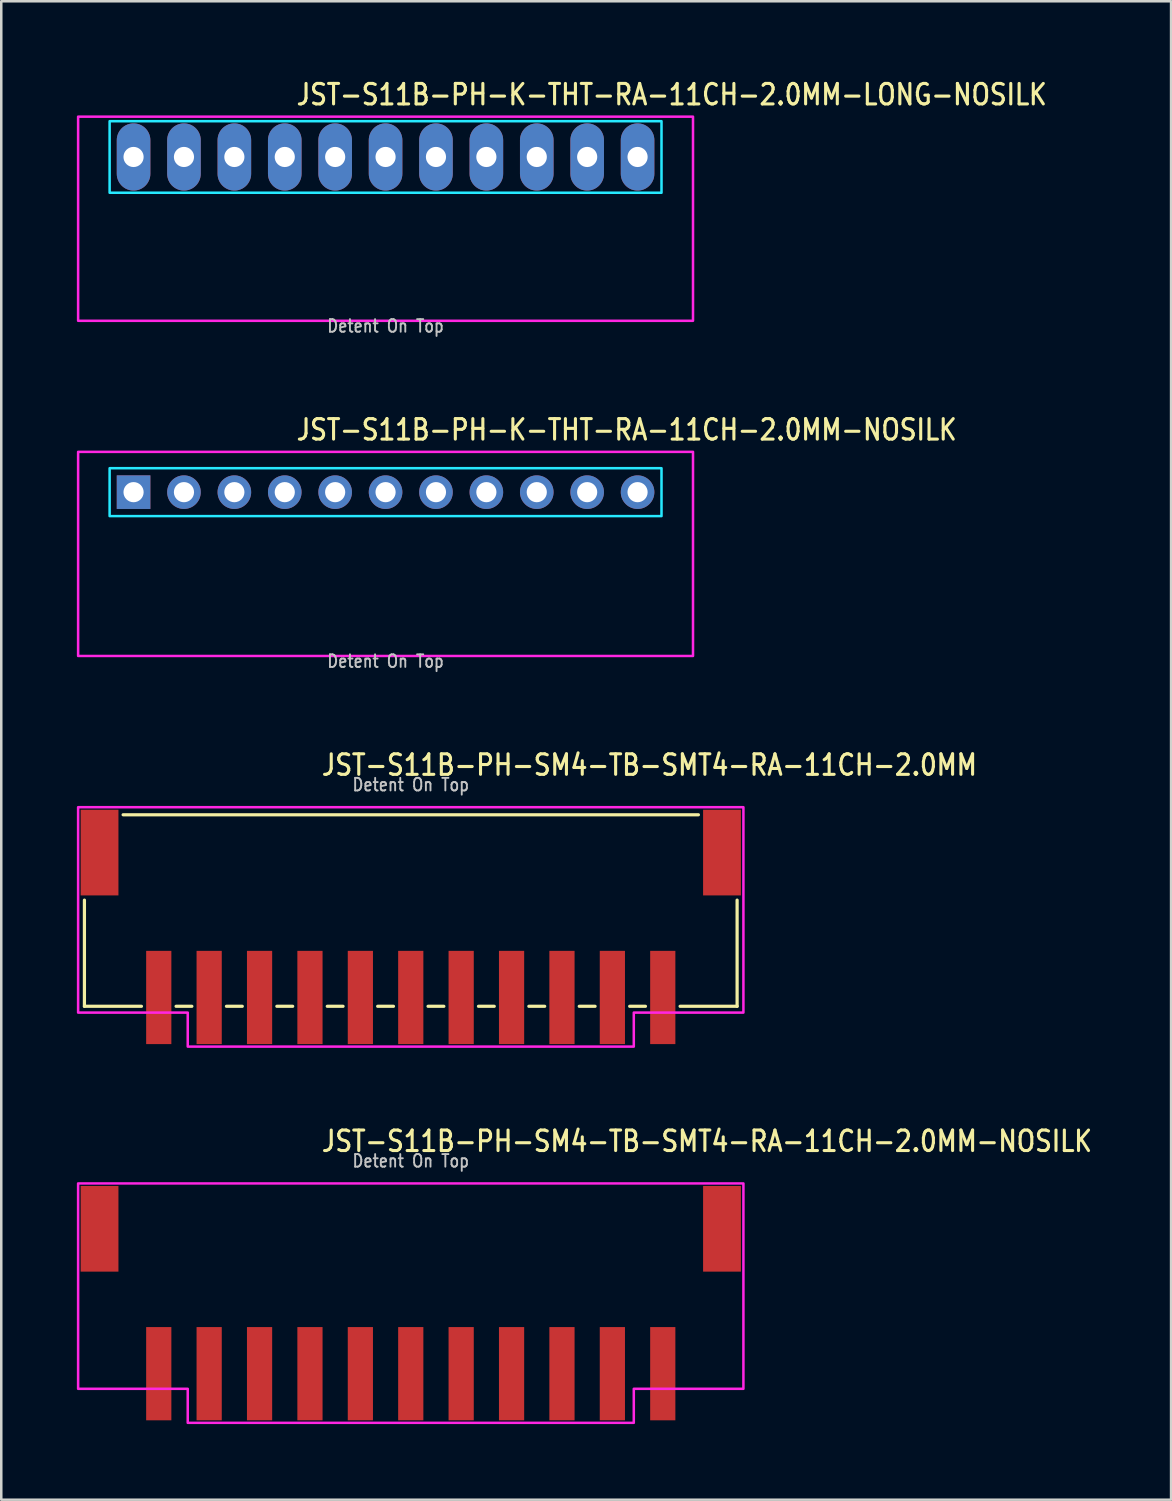
<source format=kicad_pcb>
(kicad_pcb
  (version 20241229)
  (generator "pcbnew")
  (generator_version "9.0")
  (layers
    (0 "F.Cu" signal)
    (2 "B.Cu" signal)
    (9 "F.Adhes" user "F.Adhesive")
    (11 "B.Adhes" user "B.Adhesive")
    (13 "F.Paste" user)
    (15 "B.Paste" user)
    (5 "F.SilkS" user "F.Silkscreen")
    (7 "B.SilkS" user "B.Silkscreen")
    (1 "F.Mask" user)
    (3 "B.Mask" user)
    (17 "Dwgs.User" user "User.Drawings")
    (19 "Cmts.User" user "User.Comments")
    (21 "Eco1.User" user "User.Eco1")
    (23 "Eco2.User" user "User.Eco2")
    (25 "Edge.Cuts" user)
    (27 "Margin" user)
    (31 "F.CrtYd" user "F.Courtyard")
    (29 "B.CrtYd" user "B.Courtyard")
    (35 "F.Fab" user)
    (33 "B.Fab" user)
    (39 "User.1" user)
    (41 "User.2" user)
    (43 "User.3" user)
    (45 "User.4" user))
  (footprint "JST-S11B-PH-K-THT-RA-11CH-2.0MM-LONG-NOSILK"
    (layer "F.Cu")
    (at 12.25 3.179)
    (property "Reference" "JST-S11B-PH-K-THT-RA-11CH-2.0MM-LONG-NOSILK" (at -3.6 -2 0) (unlocked yes) (layer "F.SilkS") (effects (font (size 0.813 0.695) (thickness 0.122)) (justify left bottom)))
    (fp_poly (pts (xy -10.95 -1.42) (xy -10.95 1.42) (xy 10.95 1.42) (xy 10.95 -1.42)) (stroke (width 0.1) (type solid)) (fill no) (layer "B.CrtYd"))
    (fp_poly (pts (xy -12.2 -1.6) (xy -12.2 6.5) (xy 12.2 6.5) (xy 12.2 -1.6)) (stroke (width 0.1) (type solid)) (fill no) (layer "F.CrtYd"))
    (fp_text user "Detent On Top" (at 0 7 0) (unlocked yes) (layer "Dwgs.User") (effects (font (size 0.5 0.427) (thickness 0.075)) (justify bottom)))
    (pad "1" thru_hole oval (at -10 0 90) (size 2.667 1.333) (drill 0.8) (layers "*.Cu" "*.Mask"))
    (pad "2" thru_hole oval (at -8 0 90) (size 2.667 1.333) (drill 0.8) (layers "*.Cu" "*.Mask"))
    (pad "3" thru_hole oval (at -6 0 90) (size 2.667 1.333) (drill 0.8) (layers "*.Cu" "*.Mask"))
    (pad "4" thru_hole oval (at -4 0 90) (size 2.667 1.333) (drill 0.8) (layers "*.Cu" "*.Mask"))
    (pad "5" thru_hole oval (at -2 0 90) (size 2.667 1.333) (drill 0.8) (layers "*.Cu" "*.Mask"))
    (pad "6" thru_hole oval (at 0 0 90) (size 2.667 1.333) (drill 0.8) (layers "*.Cu" "*.Mask"))
    (pad "7" thru_hole oval (at 2 0 90) (size 2.667 1.333) (drill 0.8) (layers "*.Cu" "*.Mask"))
    (pad "8" thru_hole oval (at 4 0 90) (size 2.667 1.333) (drill 0.8) (layers "*.Cu" "*.Mask"))
    (pad "9" thru_hole oval (at 6 0 90) (size 2.667 1.333) (drill 0.8) (layers "*.Cu" "*.Mask"))
    (pad "10" thru_hole oval (at 8 0 90) (size 2.667 1.333) (drill 0.8) (layers "*.Cu" "*.Mask"))
    (pad "11" thru_hole oval (at 10 0 90) (size 2.667 1.333) (drill 0.8) (layers "*.Cu" "*.Mask")))
  (footprint "JST-S11B-PH-K-THT-RA-11CH-2.0MM-NOSILK"
    (layer "F.Cu")
    (at 12.25 16.48)
    (property "Reference" "JST-S11B-PH-K-THT-RA-11CH-2.0MM-NOSILK" (at -3.6 -2 0) (unlocked yes) (layer "F.SilkS") (effects (font (size 0.813 0.695) (thickness 0.122)) (justify left bottom)))
    (fp_poly (pts (xy -10.95 -0.95) (xy -10.95 0.95) (xy 10.95 0.95) (xy 10.95 -0.95)) (stroke (width 0.1) (type solid)) (fill no) (layer "B.CrtYd"))
    (fp_poly (pts (xy -12.2 -1.6) (xy -12.2 6.5) (xy 12.2 6.5) (xy 12.2 -1.6)) (stroke (width 0.1) (type solid)) (fill no) (layer "F.CrtYd"))
    (fp_text user "Detent On Top" (at 0 7 0) (unlocked yes) (layer "Dwgs.User") (effects (font (size 0.5 0.427) (thickness 0.075)) (justify bottom)))
    (pad "1" thru_hole rect (at -10 0) (size 1.333 1.333) (drill 0.8) (layers "*.Cu" "*.Mask"))
    (pad "2" thru_hole oval (at -8 0) (size 1.333 1.333) (drill 0.8) (layers "*.Cu" "*.Mask"))
    (pad "3" thru_hole oval (at -6 0) (size 1.333 1.333) (drill 0.8) (layers "*.Cu" "*.Mask"))
    (pad "4" thru_hole oval (at -4 0) (size 1.333 1.333) (drill 0.8) (layers "*.Cu" "*.Mask"))
    (pad "5" thru_hole oval (at -2 0) (size 1.333 1.333) (drill 0.8) (layers "*.Cu" "*.Mask"))
    (pad "6" thru_hole oval (at 0 0) (size 1.333 1.333) (drill 0.8) (layers "*.Cu" "*.Mask"))
    (pad "7" thru_hole oval (at 2 0) (size 1.333 1.333) (drill 0.8) (layers "*.Cu" "*.Mask"))
    (pad "8" thru_hole oval (at 4 0) (size 1.333 1.333) (drill 0.8) (layers "*.Cu" "*.Mask"))
    (pad "9" thru_hole oval (at 6 0) (size 1.333 1.333) (drill 0.8) (layers "*.Cu" "*.Mask"))
    (pad "10" thru_hole oval (at 8 0) (size 1.333 1.333) (drill 0.8) (layers "*.Cu" "*.Mask"))
    (pad "11" thru_hole oval (at 10 0) (size 1.333 1.333) (drill 0.8) (layers "*.Cu" "*.Mask")))
  (footprint "JST-S11B-PH-SM4-TB-SMT4-RA-11CH-2.0MM-NOSILK"
    (layer "F.Cu")
    (at 13.25 45.711)
    (property "Reference" "JST-S11B-PH-SM4-TB-SMT4-RA-11CH-2.0MM-NOSILK" (at -3.6 -3 0) (unlocked yes) (layer "F.SilkS") (effects (font (size 0.813 0.695) (thickness 0.122)) (justify left bottom)))
    (fp_poly (pts (xy -13.2 -1.8) (xy -13.2 6.35) (xy -8.85 6.35) (xy -8.85 7.7) (xy 8.85 7.7) (xy 8.85 6.35) (xy 13.2 6.35) (xy 13.2 -1.8)) (stroke (width 0.1) (type solid)) (fill no) (layer "F.CrtYd"))
    (fp_text user "Detent On Top" (at 0 -2.4 0) (unlocked yes) (layer "Dwgs.User") (effects (font (size 0.5 0.427) (thickness 0.075)) (justify bottom)))
    (pad "1" smd rect (at 10 5.75) (size 1 3.7) (layers "F.Cu" "F.Mask" "F.Paste"))
    (pad "2" smd rect (at 8 5.75) (size 1 3.7) (layers "F.Cu" "F.Mask" "F.Paste"))
    (pad "3" smd rect (at 6 5.75) (size 1 3.7) (layers "F.Cu" "F.Mask" "F.Paste"))
    (pad "4" smd rect (at 4 5.75) (size 1 3.7) (layers "F.Cu" "F.Mask" "F.Paste"))
    (pad "5" smd rect (at 2 5.75) (size 1 3.7) (layers "F.Cu" "F.Mask" "F.Paste"))
    (pad "6" smd rect (at 0 5.75) (size 1 3.7) (layers "F.Cu" "F.Mask" "F.Paste"))
    (pad "7" smd rect (at -2 5.75) (size 1 3.7) (layers "F.Cu" "F.Mask" "F.Paste"))
    (pad "8" smd rect (at -4 5.75) (size 1 3.7) (layers "F.Cu" "F.Mask" "F.Paste"))
    (pad "9" smd rect (at -6 5.75) (size 1 3.7) (layers "F.Cu" "F.Mask" "F.Paste"))
    (pad "10" smd rect (at -8 5.75) (size 1 3.7) (layers "F.Cu" "F.Mask" "F.Paste"))
    (pad "11" smd rect (at -10 5.75) (size 1 3.7) (layers "F.Cu" "F.Mask" "F.Paste"))
    (pad "S_1" smd rect (at -12.35 0) (size 1.5 3.4) (layers "F.Cu" "F.Mask" "F.Paste"))
    (pad "S_2" smd rect (at 12.35 0) (size 1.5 3.4) (layers "F.Cu" "F.Mask" "F.Paste")))
  (footprint "JST-S11B-PH-SM4-TB-SMT4-RA-11CH-2.0MM"
    (layer "F.Cu")
    (at 13.25 30.782)
    (property "Reference" "JST-S11B-PH-SM4-TB-SMT4-RA-11CH-2.0MM" (at -3.6 -3 0) (unlocked yes) (layer "F.SilkS") (effects (font (size 0.813 0.695) (thickness 0.122)) (justify left bottom)))
    (fp_line (start -12.95 6.1) (end -12.95 1.887) (stroke (width 0.127) (type solid)) (layer "F.SilkS"))
    (fp_line (start -12.95 6.1) (end -10.687 6.1) (stroke (width 0.127) (type solid)) (layer "F.SilkS"))
    (fp_line (start -11.414 -1.5) (end 11.414 -1.5) (stroke (width 0.127) (type solid)) (layer "F.SilkS"))
    (fp_line (start -9.313 6.1) (end -8.687 6.1) (stroke (width 0.127) (type solid)) (layer "F.SilkS"))
    (fp_line (start -7.314 6.1) (end -6.686 6.1) (stroke (width 0.127) (type solid)) (layer "F.SilkS"))
    (fp_line (start -5.314 6.1) (end -4.686 6.1) (stroke (width 0.127) (type solid)) (layer "F.SilkS"))
    (fp_line (start -3.313 6.1) (end -2.687 6.1) (stroke (width 0.127) (type solid)) (layer "F.SilkS"))
    (fp_line (start -1.313 6.1) (end -0.686 6.1) (stroke (width 0.127) (type solid)) (layer "F.SilkS"))
    (fp_line (start 0.686 6.1) (end 1.313 6.1) (stroke (width 0.127) (type solid)) (layer "F.SilkS"))
    (fp_line (start 2.687 6.1) (end 3.313 6.1) (stroke (width 0.127) (type solid)) (layer "F.SilkS"))
    (fp_line (start 4.686 6.1) (end 5.314 6.1) (stroke (width 0.127) (type solid)) (layer "F.SilkS"))
    (fp_line (start 6.686 6.1) (end 7.314 6.1) (stroke (width 0.127) (type solid)) (layer "F.SilkS"))
    (fp_line (start 8.687 6.1) (end 9.313 6.1) (stroke (width 0.127) (type solid)) (layer "F.SilkS"))
    (fp_line (start 10.687 6.1) (end 12.95 6.1) (stroke (width 0.127) (type solid)) (layer "F.SilkS"))
    (fp_line (start 12.95 1.887) (end 12.95 6.1) (stroke (width 0.127) (type solid)) (layer "F.SilkS"))
    (fp_poly (pts (xy -13.2 -1.8) (xy -13.2 6.35) (xy -8.85 6.35) (xy -8.85 7.7) (xy 8.85 7.7) (xy 8.85 6.35) (xy 13.2 6.35) (xy 13.2 -1.8)) (stroke (width 0.1) (type solid)) (fill no) (layer "F.CrtYd"))
    (fp_text user "Detent On Top" (at 0 -2.4 0) (unlocked yes) (layer "Dwgs.User") (effects (font (size 0.5 0.427) (thickness 0.075)) (justify bottom)))
    (pad "1" smd rect (at 10 5.75) (size 1 3.7) (layers "F.Cu" "F.Mask" "F.Paste"))
    (pad "2" smd rect (at 8 5.75) (size 1 3.7) (layers "F.Cu" "F.Mask" "F.Paste"))
    (pad "3" smd rect (at 6 5.75) (size 1 3.7) (layers "F.Cu" "F.Mask" "F.Paste"))
    (pad "4" smd rect (at 4 5.75) (size 1 3.7) (layers "F.Cu" "F.Mask" "F.Paste"))
    (pad "5" smd rect (at 2 5.75) (size 1 3.7) (layers "F.Cu" "F.Mask" "F.Paste"))
    (pad "6" smd rect (at 0 5.75) (size 1 3.7) (layers "F.Cu" "F.Mask" "F.Paste"))
    (pad "7" smd rect (at -2 5.75) (size 1 3.7) (layers "F.Cu" "F.Mask" "F.Paste"))
    (pad "8" smd rect (at -4 5.75) (size 1 3.7) (layers "F.Cu" "F.Mask" "F.Paste"))
    (pad "9" smd rect (at -6 5.75) (size 1 3.7) (layers "F.Cu" "F.Mask" "F.Paste"))
    (pad "10" smd rect (at -8 5.75) (size 1 3.7) (layers "F.Cu" "F.Mask" "F.Paste"))
    (pad "11" smd rect (at -10 5.75) (size 1 3.7) (layers "F.Cu" "F.Mask" "F.Paste"))
    (pad "S_1" smd rect (at -12.35 0) (size 1.5 3.4) (layers "F.Cu" "F.Mask" "F.Paste"))
    (pad "S_2" smd rect (at 12.35 0) (size 1.5 3.4) (layers "F.Cu" "F.Mask" "F.Paste")))
  (gr_rect
    (start -3 -3)
    (end 43.421 56.461)
    (stroke (width 0.1) (type default))
    (fill no)
    (layer "Edge.Cuts")))
</source>
